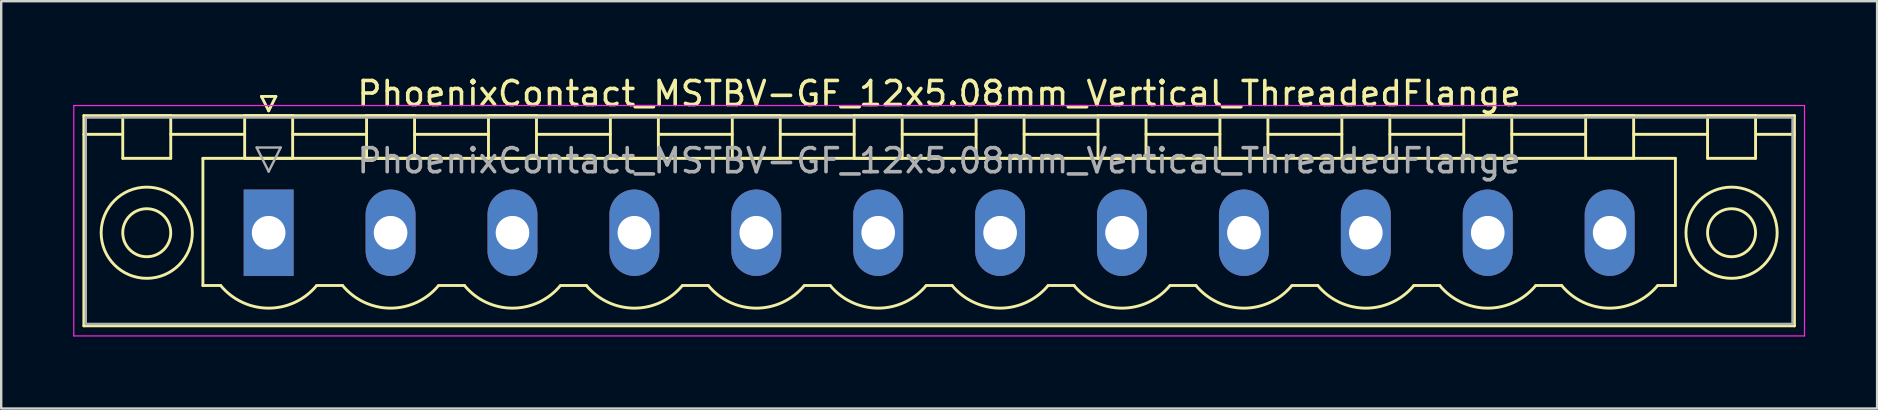
<source format=kicad_pcb>
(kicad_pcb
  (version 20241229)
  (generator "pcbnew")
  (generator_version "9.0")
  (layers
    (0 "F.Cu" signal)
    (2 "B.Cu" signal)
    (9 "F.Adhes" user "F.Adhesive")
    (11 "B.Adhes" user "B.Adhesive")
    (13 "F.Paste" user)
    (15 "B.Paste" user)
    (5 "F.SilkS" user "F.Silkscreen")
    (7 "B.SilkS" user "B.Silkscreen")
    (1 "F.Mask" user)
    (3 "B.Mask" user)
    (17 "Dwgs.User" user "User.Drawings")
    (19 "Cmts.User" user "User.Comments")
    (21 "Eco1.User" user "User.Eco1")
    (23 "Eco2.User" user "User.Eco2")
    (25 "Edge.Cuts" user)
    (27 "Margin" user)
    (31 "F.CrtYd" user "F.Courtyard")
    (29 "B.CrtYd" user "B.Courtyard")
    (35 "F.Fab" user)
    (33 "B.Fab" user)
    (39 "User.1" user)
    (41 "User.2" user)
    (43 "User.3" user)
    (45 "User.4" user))
  (footprint "PhoenixContact_MSTBV-GF_12x5.08mm_Vertical_ThreadedFlange"
    (layer "F.Cu")
    (at 8.145 6.648)
    (property "Reference" "PhoenixContact_MSTBV-GF_12x5.08mm_Vertical_ThreadedFlange" (at 27.94 -5.8 0) (layer "F.SilkS") (effects (font (size 1 1) (thickness 0.15))))
    (attr through_hole)
    (fp_line (start -7.7 -4.88) (end -7.7 3.88) (stroke (width 0.12) (type solid)) (layer "F.SilkS"))
    (fp_line (start -7.7 -4.1) (end -6.16 -4.1) (stroke (width 0.12) (type solid)) (layer "F.SilkS"))
    (fp_line (start -7.7 3.88) (end 63.58 3.88) (stroke (width 0.12) (type solid)) (layer "F.SilkS"))
    (fp_line (start -6.08 -4.88) (end -4.08 -4.88) (stroke (width 0.12) (type solid)) (layer "F.SilkS"))
    (fp_line (start -6.08 -3.1) (end -6.08 -4.88) (stroke (width 0.12) (type solid)) (layer "F.SilkS"))
    (fp_line (start -4.08 -4.88) (end -4.08 -3.1) (stroke (width 0.12) (type solid)) (layer "F.SilkS"))
    (fp_line (start -4.08 -4.1) (end -1 -4.1) (stroke (width 0.12) (type solid)) (layer "F.SilkS"))
    (fp_line (start -4.08 -3.1) (end -6.08 -3.1) (stroke (width 0.12) (type solid)) (layer "F.SilkS"))
    (fp_line (start -2.74 -3.1) (end 58.62 -3.1) (stroke (width 0.12) (type solid)) (layer "F.SilkS"))
    (fp_line (start -2.74 2.2) (end -2.74 -3.1) (stroke (width 0.12) (type solid)) (layer "F.SilkS"))
    (fp_line (start -2 2.2) (end -2.74 2.2) (stroke (width 0.12) (type solid)) (layer "F.SilkS"))
    (fp_line (start -1 -4.88) (end 1 -4.88) (stroke (width 0.12) (type solid)) (layer "F.SilkS"))
    (fp_line (start -1 -3.1) (end -1 -4.88) (stroke (width 0.12) (type solid)) (layer "F.SilkS"))
    (fp_line (start -0.3 -5.68) (end 0.3 -5.68) (stroke (width 0.12) (type solid)) (layer "F.SilkS"))
    (fp_line (start 0 -5.08) (end -0.3 -5.68) (stroke (width 0.12) (type solid)) (layer "F.SilkS"))
    (fp_line (start 0.3 -5.68) (end 0 -5.08) (stroke (width 0.12) (type solid)) (layer "F.SilkS"))
    (fp_line (start 1 -4.88) (end 1 -3.1) (stroke (width 0.12) (type solid)) (layer "F.SilkS"))
    (fp_line (start 1 -4.1) (end 4.08 -4.1) (stroke (width 0.12) (type solid)) (layer "F.SilkS"))
    (fp_line (start 1 -3.1) (end -1 -3.1) (stroke (width 0.12) (type solid)) (layer "F.SilkS"))
    (fp_line (start 2 2.2) (end 3.08 2.2) (stroke (width 0.12) (type solid)) (layer "F.SilkS"))
    (fp_line (start 4.08 -4.88) (end 6.08 -4.88) (stroke (width 0.12) (type solid)) (layer "F.SilkS"))
    (fp_line (start 4.08 -3.1) (end 4.08 -4.88) (stroke (width 0.12) (type solid)) (layer "F.SilkS"))
    (fp_line (start 6.08 -4.88) (end 6.08 -3.1) (stroke (width 0.12) (type solid)) (layer "F.SilkS"))
    (fp_line (start 6.08 -4.1) (end 9.16 -4.1) (stroke (width 0.12) (type solid)) (layer "F.SilkS"))
    (fp_line (start 6.08 -3.1) (end 4.08 -3.1) (stroke (width 0.12) (type solid)) (layer "F.SilkS"))
    (fp_line (start 7.08 2.2) (end 8.16 2.2) (stroke (width 0.12) (type solid)) (layer "F.SilkS"))
    (fp_line (start 9.16 -4.88) (end 11.16 -4.88) (stroke (width 0.12) (type solid)) (layer "F.SilkS"))
    (fp_line (start 9.16 -3.1) (end 9.16 -4.88) (stroke (width 0.12) (type solid)) (layer "F.SilkS"))
    (fp_line (start 11.16 -4.88) (end 11.16 -3.1) (stroke (width 0.12) (type solid)) (layer "F.SilkS"))
    (fp_line (start 11.16 -4.1) (end 14.24 -4.1) (stroke (width 0.12) (type solid)) (layer "F.SilkS"))
    (fp_line (start 11.16 -3.1) (end 9.16 -3.1) (stroke (width 0.12) (type solid)) (layer "F.SilkS"))
    (fp_line (start 12.16 2.2) (end 13.24 2.2) (stroke (width 0.12) (type solid)) (layer "F.SilkS"))
    (fp_line (start 14.24 -4.88) (end 16.24 -4.88) (stroke (width 0.12) (type solid)) (layer "F.SilkS"))
    (fp_line (start 14.24 -3.1) (end 14.24 -4.88) (stroke (width 0.12) (type solid)) (layer "F.SilkS"))
    (fp_line (start 16.24 -4.88) (end 16.24 -3.1) (stroke (width 0.12) (type solid)) (layer "F.SilkS"))
    (fp_line (start 16.24 -4.1) (end 19.32 -4.1) (stroke (width 0.12) (type solid)) (layer "F.SilkS"))
    (fp_line (start 16.24 -3.1) (end 14.24 -3.1) (stroke (width 0.12) (type solid)) (layer "F.SilkS"))
    (fp_line (start 17.24 2.2) (end 18.32 2.2) (stroke (width 0.12) (type solid)) (layer "F.SilkS"))
    (fp_line (start 19.32 -4.88) (end 21.32 -4.88) (stroke (width 0.12) (type solid)) (layer "F.SilkS"))
    (fp_line (start 19.32 -3.1) (end 19.32 -4.88) (stroke (width 0.12) (type solid)) (layer "F.SilkS"))
    (fp_line (start 21.32 -4.88) (end 21.32 -3.1) (stroke (width 0.12) (type solid)) (layer "F.SilkS"))
    (fp_line (start 21.32 -4.1) (end 24.4 -4.1) (stroke (width 0.12) (type solid)) (layer "F.SilkS"))
    (fp_line (start 21.32 -3.1) (end 19.32 -3.1) (stroke (width 0.12) (type solid)) (layer "F.SilkS"))
    (fp_line (start 22.32 2.2) (end 23.4 2.2) (stroke (width 0.12) (type solid)) (layer "F.SilkS"))
    (fp_line (start 24.4 -4.88) (end 26.4 -4.88) (stroke (width 0.12) (type solid)) (layer "F.SilkS"))
    (fp_line (start 24.4 -3.1) (end 24.4 -4.88) (stroke (width 0.12) (type solid)) (layer "F.SilkS"))
    (fp_line (start 26.4 -4.88) (end 26.4 -3.1) (stroke (width 0.12) (type solid)) (layer "F.SilkS"))
    (fp_line (start 26.4 -4.1) (end 29.48 -4.1) (stroke (width 0.12) (type solid)) (layer "F.SilkS"))
    (fp_line (start 26.4 -3.1) (end 24.4 -3.1) (stroke (width 0.12) (type solid)) (layer "F.SilkS"))
    (fp_line (start 27.4 2.2) (end 28.48 2.2) (stroke (width 0.12) (type solid)) (layer "F.SilkS"))
    (fp_line (start 29.48 -4.88) (end 31.48 -4.88) (stroke (width 0.12) (type solid)) (layer "F.SilkS"))
    (fp_line (start 29.48 -3.1) (end 29.48 -4.88) (stroke (width 0.12) (type solid)) (layer "F.SilkS"))
    (fp_line (start 31.48 -4.88) (end 31.48 -3.1) (stroke (width 0.12) (type solid)) (layer "F.SilkS"))
    (fp_line (start 31.48 -4.1) (end 34.56 -4.1) (stroke (width 0.12) (type solid)) (layer "F.SilkS"))
    (fp_line (start 31.48 -3.1) (end 29.48 -3.1) (stroke (width 0.12) (type solid)) (layer "F.SilkS"))
    (fp_line (start 32.48 2.2) (end 33.56 2.2) (stroke (width 0.12) (type solid)) (layer "F.SilkS"))
    (fp_line (start 34.56 -4.88) (end 36.56 -4.88) (stroke (width 0.12) (type solid)) (layer "F.SilkS"))
    (fp_line (start 34.56 -3.1) (end 34.56 -4.88) (stroke (width 0.12) (type solid)) (layer "F.SilkS"))
    (fp_line (start 36.56 -4.88) (end 36.56 -3.1) (stroke (width 0.12) (type solid)) (layer "F.SilkS"))
    (fp_line (start 36.56 -4.1) (end 39.64 -4.1) (stroke (width 0.12) (type solid)) (layer "F.SilkS"))
    (fp_line (start 36.56 -3.1) (end 34.56 -3.1) (stroke (width 0.12) (type solid)) (layer "F.SilkS"))
    (fp_line (start 37.56 2.2) (end 38.64 2.2) (stroke (width 0.12) (type solid)) (layer "F.SilkS"))
    (fp_line (start 39.64 -4.88) (end 41.64 -4.88) (stroke (width 0.12) (type solid)) (layer "F.SilkS"))
    (fp_line (start 39.64 -3.1) (end 39.64 -4.88) (stroke (width 0.12) (type solid)) (layer "F.SilkS"))
    (fp_line (start 41.64 -4.88) (end 41.64 -3.1) (stroke (width 0.12) (type solid)) (layer "F.SilkS"))
    (fp_line (start 41.64 -4.1) (end 44.72 -4.1) (stroke (width 0.12) (type solid)) (layer "F.SilkS"))
    (fp_line (start 41.64 -3.1) (end 39.64 -3.1) (stroke (width 0.12) (type solid)) (layer "F.SilkS"))
    (fp_line (start 42.64 2.2) (end 43.72 2.2) (stroke (width 0.12) (type solid)) (layer "F.SilkS"))
    (fp_line (start 44.72 -4.88) (end 46.72 -4.88) (stroke (width 0.12) (type solid)) (layer "F.SilkS"))
    (fp_line (start 44.72 -3.1) (end 44.72 -4.88) (stroke (width 0.12) (type solid)) (layer "F.SilkS"))
    (fp_line (start 46.72 -4.88) (end 46.72 -3.1) (stroke (width 0.12) (type solid)) (layer "F.SilkS"))
    (fp_line (start 46.72 -4.1) (end 49.8 -4.1) (stroke (width 0.12) (type solid)) (layer "F.SilkS"))
    (fp_line (start 46.72 -3.1) (end 44.72 -3.1) (stroke (width 0.12) (type solid)) (layer "F.SilkS"))
    (fp_line (start 47.72 2.2) (end 48.8 2.2) (stroke (width 0.12) (type solid)) (layer "F.SilkS"))
    (fp_line (start 49.8 -4.88) (end 51.8 -4.88) (stroke (width 0.12) (type solid)) (layer "F.SilkS"))
    (fp_line (start 49.8 -3.1) (end 49.8 -4.88) (stroke (width 0.12) (type solid)) (layer "F.SilkS"))
    (fp_line (start 51.8 -4.88) (end 51.8 -3.1) (stroke (width 0.12) (type solid)) (layer "F.SilkS"))
    (fp_line (start 51.8 -4.1) (end 54.88 -4.1) (stroke (width 0.12) (type solid)) (layer "F.SilkS"))
    (fp_line (start 51.8 -3.1) (end 49.8 -3.1) (stroke (width 0.12) (type solid)) (layer "F.SilkS"))
    (fp_line (start 52.8 2.2) (end 53.88 2.2) (stroke (width 0.12) (type solid)) (layer "F.SilkS"))
    (fp_line (start 54.88 -4.88) (end 56.88 -4.88) (stroke (width 0.12) (type solid)) (layer "F.SilkS"))
    (fp_line (start 54.88 -3.1) (end 54.88 -4.88) (stroke (width 0.12) (type solid)) (layer "F.SilkS"))
    (fp_line (start 56.88 -4.88) (end 56.88 -3.1) (stroke (width 0.12) (type solid)) (layer "F.SilkS"))
    (fp_line (start 56.88 -4.1) (end 59.96 -4.1) (stroke (width 0.12) (type solid)) (layer "F.SilkS"))
    (fp_line (start 56.88 -3.1) (end 54.88 -3.1) (stroke (width 0.12) (type solid)) (layer "F.SilkS"))
    (fp_line (start 58.62 -3.1) (end 58.62 2.2) (stroke (width 0.12) (type solid)) (layer "F.SilkS"))
    (fp_line (start 58.62 2.2) (end 57.88 2.2) (stroke (width 0.12) (type solid)) (layer "F.SilkS"))
    (fp_line (start 59.96 -4.88) (end 61.96 -4.88) (stroke (width 0.12) (type solid)) (layer "F.SilkS"))
    (fp_line (start 59.96 -3.1) (end 59.96 -4.88) (stroke (width 0.12) (type solid)) (layer "F.SilkS"))
    (fp_line (start 61.96 -4.88) (end 61.96 -3.1) (stroke (width 0.12) (type solid)) (layer "F.SilkS"))
    (fp_line (start 61.96 -3.1) (end 59.96 -3.1) (stroke (width 0.12) (type solid)) (layer "F.SilkS"))
    (fp_line (start 63.58 -4.88) (end -7.7 -4.88) (stroke (width 0.12) (type solid)) (layer "F.SilkS"))
    (fp_line (start 63.58 -4.1) (end 62.04 -4.1) (stroke (width 0.12) (type solid)) (layer "F.SilkS"))
    (fp_line (start 63.58 3.88) (end 63.58 -4.88) (stroke (width 0.12) (type solid)) (layer "F.SilkS"))
    (fp_arc (start 1.986842 2.215821) (mid -0.010289 3.142758) (end -2 2.2) (stroke (width 0.12) (type solid)) (layer "F.SilkS"))
    (fp_arc (start 7.066842 2.215821) (mid 5.069711 3.142758) (end 3.08 2.2) (stroke (width 0.12) (type solid)) (layer "F.SilkS"))
    (fp_arc (start 12.146842 2.215821) (mid 10.149711 3.142758) (end 8.16 2.2) (stroke (width 0.12) (type solid)) (layer "F.SilkS"))
    (fp_arc (start 17.226842 2.215821) (mid 15.229711 3.142758) (end 13.24 2.2) (stroke (width 0.12) (type solid)) (layer "F.SilkS"))
    (fp_arc (start 22.306842 2.215821) (mid 20.309711 3.142758) (end 18.32 2.2) (stroke (width 0.12) (type solid)) (layer "F.SilkS"))
    (fp_arc (start 27.386842 2.215821) (mid 25.389711 3.142758) (end 23.4 2.2) (stroke (width 0.12) (type solid)) (layer "F.SilkS"))
    (fp_arc (start 32.466842 2.215821) (mid 30.469711 3.142758) (end 28.48 2.2) (stroke (width 0.12) (type solid)) (layer "F.SilkS"))
    (fp_arc (start 37.546842 2.215821) (mid 35.549711 3.142758) (end 33.56 2.2) (stroke (width 0.12) (type solid)) (layer "F.SilkS"))
    (fp_arc (start 42.626842 2.215821) (mid 40.629711 3.142758) (end 38.64 2.2) (stroke (width 0.12) (type solid)) (layer "F.SilkS"))
    (fp_arc (start 47.706842 2.215821) (mid 45.709711 3.142758) (end 43.72 2.2) (stroke (width 0.12) (type solid)) (layer "F.SilkS"))
    (fp_arc (start 52.786842 2.215821) (mid 50.789711 3.142758) (end 48.8 2.2) (stroke (width 0.12) (type solid)) (layer "F.SilkS"))
    (fp_arc (start 57.866842 2.215821) (mid 55.869711 3.142758) (end 53.88 2.2) (stroke (width 0.12) (type solid)) (layer "F.SilkS"))
    (fp_circle (center -5.08 0) (end -4.08 0) (stroke (width 0.12) (type solid)) (fill no) (layer "F.SilkS"))
    (fp_circle (center -5.08 0) (end -3.18 0) (stroke (width 0.12) (type solid)) (fill no) (layer "F.SilkS"))
    (fp_circle (center 60.96 0) (end 61.96 0) (stroke (width 0.12) (type solid)) (fill no) (layer "F.SilkS"))
    (fp_circle (center 60.96 0) (end 62.86 0) (stroke (width 0.12) (type solid)) (fill no) (layer "F.SilkS"))
    (fp_line (start -8.12 -5.3) (end -8.12 4.3) (stroke (width 0.05) (type solid)) (layer "F.CrtYd"))
    (fp_line (start -8.12 4.3) (end 64 4.3) (stroke (width 0.05) (type solid)) (layer "F.CrtYd"))
    (fp_line (start 64 -5.3) (end -8.12 -5.3) (stroke (width 0.05) (type solid)) (layer "F.CrtYd"))
    (fp_line (start 64 4.3) (end 64 -5.3) (stroke (width 0.05) (type solid)) (layer "F.CrtYd"))
    (fp_line (start -7.62 -4.8) (end -7.62 3.8) (stroke (width 0.1) (type solid)) (layer "F.Fab"))
    (fp_line (start -7.62 3.8) (end 63.5 3.8) (stroke (width 0.1) (type solid)) (layer "F.Fab"))
    (fp_line (start -0.5 -3.55) (end 0.5 -3.55) (stroke (width 0.1) (type solid)) (layer "F.Fab"))
    (fp_line (start 0 -2.55) (end -0.5 -3.55) (stroke (width 0.1) (type solid)) (layer "F.Fab"))
    (fp_line (start 0.5 -3.55) (end 0 -2.55) (stroke (width 0.1) (type solid)) (layer "F.Fab"))
    (fp_line (start 63.5 -4.8) (end -7.62 -4.8) (stroke (width 0.1) (type solid)) (layer "F.Fab"))
    (fp_line (start 63.5 3.8) (end 63.5 -4.8) (stroke (width 0.1) (type solid)) (layer "F.Fab"))
    (fp_text user "${REFERENCE}" (at 27.94 -3 0) (layer "F.Fab") (effects (font (size 1 1) (thickness 0.15))))
    (pad "1" thru_hole rect (at 0 0) (size 2.08 3.6) (drill 1.4) (layers "*.Cu" "*.Mask"))
    (pad "2" thru_hole oval (at 5.08 0) (size 2.08 3.6) (drill 1.4) (layers "*.Cu" "*.Mask"))
    (pad "3" thru_hole oval (at 10.16 0) (size 2.08 3.6) (drill 1.4) (layers "*.Cu" "*.Mask"))
    (pad "4" thru_hole oval (at 15.24 0) (size 2.08 3.6) (drill 1.4) (layers "*.Cu" "*.Mask"))
    (pad "5" thru_hole oval (at 20.32 0) (size 2.08 3.6) (drill 1.4) (layers "*.Cu" "*.Mask"))
    (pad "6" thru_hole oval (at 25.4 0) (size 2.08 3.6) (drill 1.4) (layers "*.Cu" "*.Mask"))
    (pad "7" thru_hole oval (at 30.48 0) (size 2.08 3.6) (drill 1.4) (layers "*.Cu" "*.Mask"))
    (pad "8" thru_hole oval (at 35.56 0) (size 2.08 3.6) (drill 1.4) (layers "*.Cu" "*.Mask"))
    (pad "9" thru_hole oval (at 40.64 0) (size 2.08 3.6) (drill 1.4) (layers "*.Cu" "*.Mask"))
    (pad "10" thru_hole oval (at 45.72 0) (size 2.08 3.6) (drill 1.4) (layers "*.Cu" "*.Mask"))
    (pad "11" thru_hole oval (at 50.8 0) (size 2.08 3.6) (drill 1.4) (layers "*.Cu" "*.Mask"))
    (pad "12" thru_hole oval (at 55.88 0) (size 2.08 3.6) (drill 1.4) (layers "*.Cu" "*.Mask")))
  (gr_rect
    (start -3 -3)
    (end 75.17 13.973)
    (stroke (width 0.1) (type default))
    (fill no)
    (layer "Edge.Cuts")))
</source>
